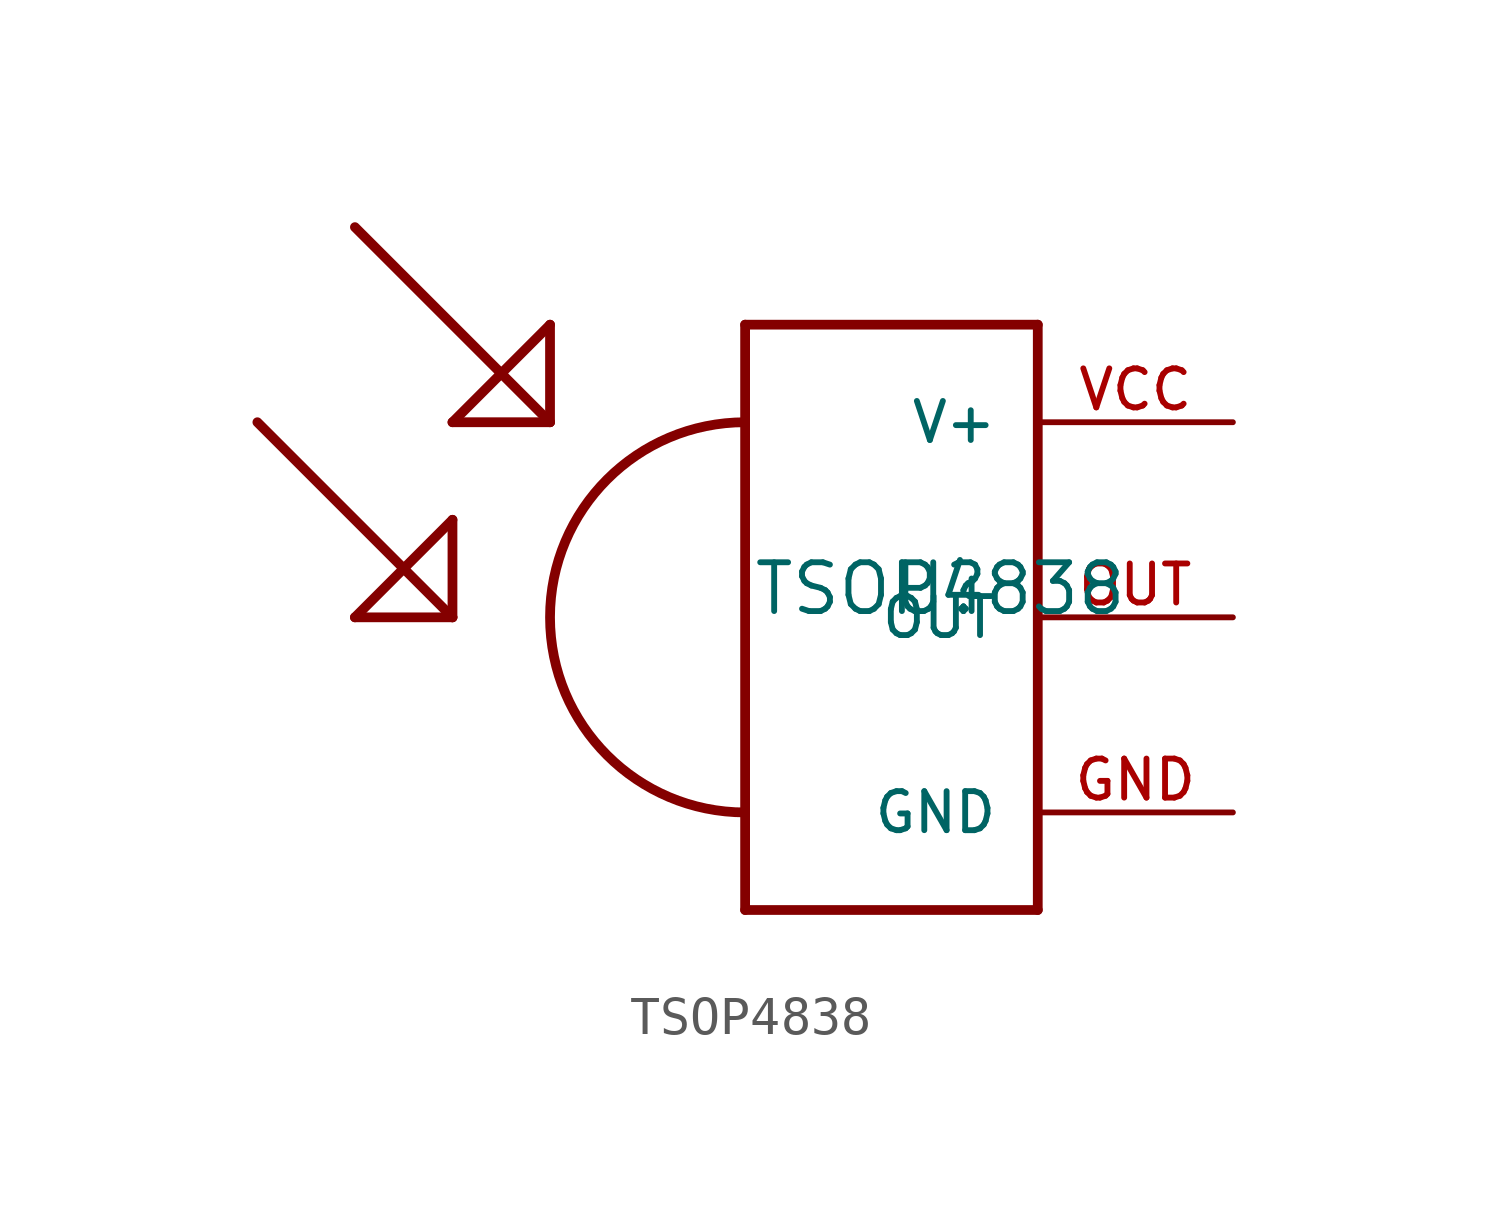
<source format=kicad_sym>
(kicad_symbol_lib
  (version 20211014)
  (generator kicad_symbol_editor)
  (symbol "TSOP4838"
    (pin_names
      (offset 1.016))
    (property "Reference" "U"
      (at 0 0 0)
      (effects (font (size 1.27 1.27)) (justify bottom)))
    (property "Value" "TSOP4838"
      (at 0 0.0 0)
      (effects (font (size 1.27 1.27)) (justify bottom)))
    (symbol "TSOP4838_0_0"
      (arc (start -5.08 5.08) (mid -10.16 -0.0) (end -5.08 -5.08) (stroke (width 0.254) (type default) (color 0 0 0 0)) (fill (type none)))
      (polyline (pts (xy -15.24 0.0) (xy -12.7 0.0)) (stroke (width 0.254)))
      (polyline (pts (xy -12.7 0.0) (xy -17.78 5.08)) (stroke (width 0.254)))
      (polyline (pts (xy -15.24 0.0) (xy -12.7 2.54)) (stroke (width 0.254)))
      (polyline (pts (xy -12.7 2.54) (xy -12.7 0.0)) (stroke (width 0.254)))
      (polyline (pts (xy -15.24 10.16) (xy -10.16 5.08)) (stroke (width 0.254)))
      (polyline (pts (xy -10.16 5.08) (xy -10.16 7.62)) (stroke (width 0.254)))
      (polyline (pts (xy -10.16 7.62) (xy -12.7 5.08)) (stroke (width 0.254)))
      (polyline (pts (xy -12.7 5.08) (xy -10.16 5.08)) (stroke (width 0.254)))
      (polyline (pts (xy -5.08 7.62) (xy 2.54 7.62)) (stroke (width 0.254)))
      (polyline (pts (xy 2.54 7.62) (xy 2.54 -7.62)) (stroke (width 0.254)))
      (polyline (pts (xy 2.54 -7.62) (xy -5.08 -7.62)) (stroke (width 0.254)))
      (polyline (pts (xy -5.08 -7.62) (xy -5.08 7.62)) (stroke (width 0.254)))
      (pin bidirectional line (at 7.62 -5.08 180.0) (length 5.08) (name "GND" (effects (font (size 1.016 1.016)))) (number "GND" (effects (font (size 1.016 1.016)))))
      (pin bidirectional line (at 7.62 0.0 180.0) (length 5.08) (name "OUT" (effects (font (size 1.016 1.016)))) (number "OUT" (effects (font (size 1.016 1.016)))))
      (pin bidirectional line (at 7.62 5.08 180.0) (length 5.08) (name "V+" (effects (font (size 1.016 1.016)))) (number "VCC" (effects (font (size 1.016 1.016))))))))
</source>
